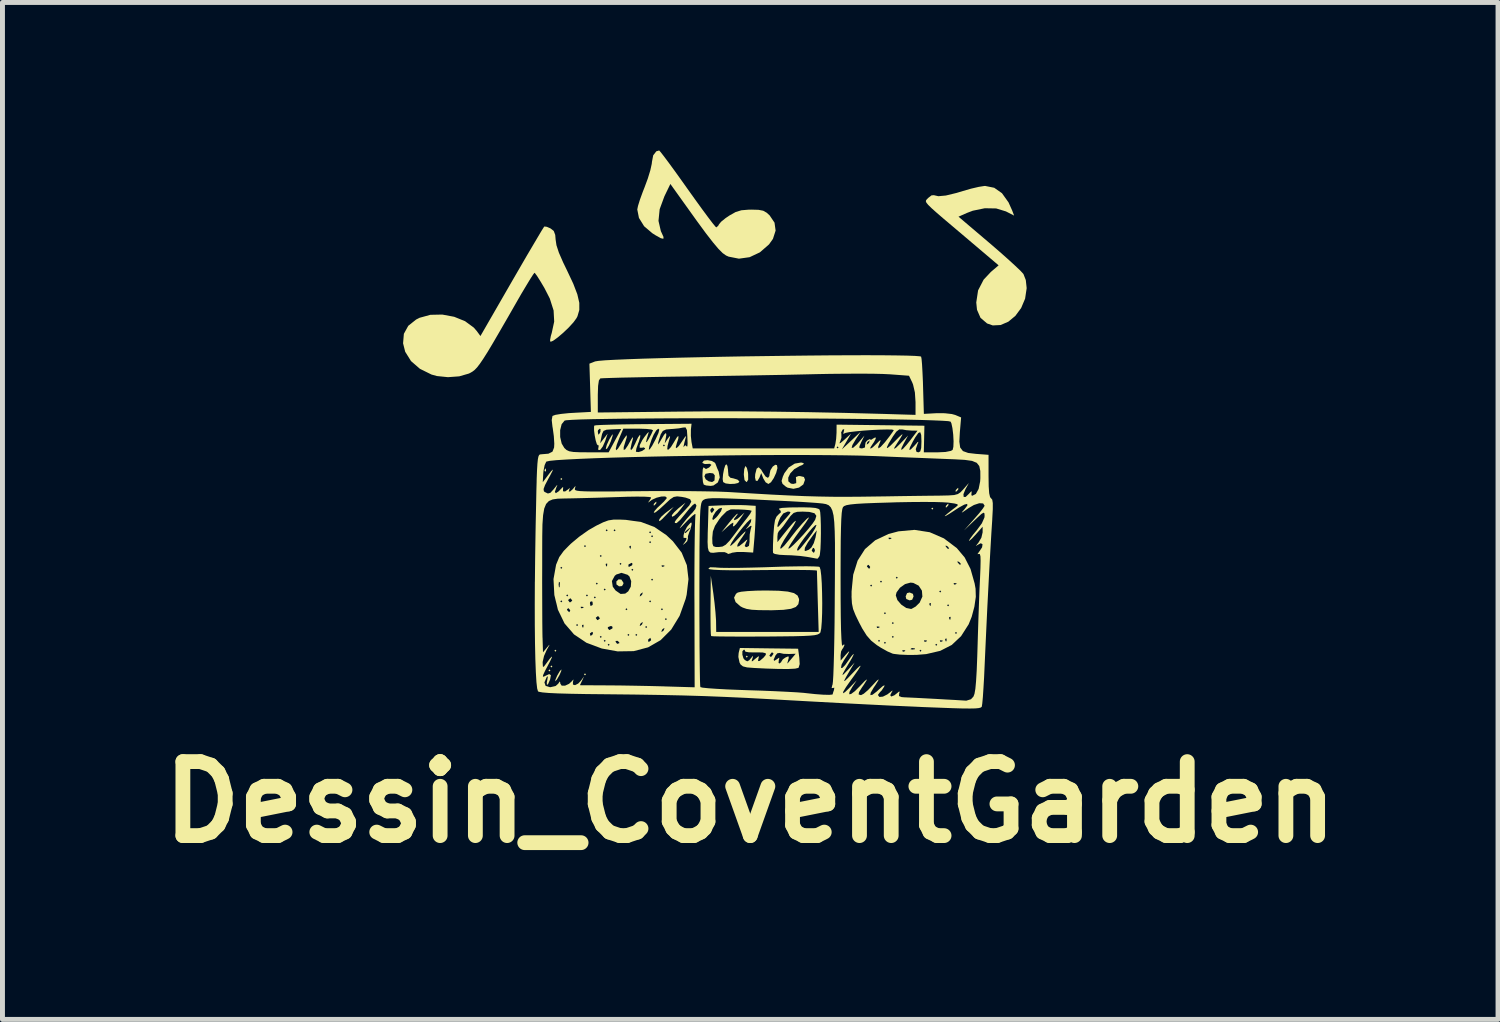
<source format=kicad_pcb>
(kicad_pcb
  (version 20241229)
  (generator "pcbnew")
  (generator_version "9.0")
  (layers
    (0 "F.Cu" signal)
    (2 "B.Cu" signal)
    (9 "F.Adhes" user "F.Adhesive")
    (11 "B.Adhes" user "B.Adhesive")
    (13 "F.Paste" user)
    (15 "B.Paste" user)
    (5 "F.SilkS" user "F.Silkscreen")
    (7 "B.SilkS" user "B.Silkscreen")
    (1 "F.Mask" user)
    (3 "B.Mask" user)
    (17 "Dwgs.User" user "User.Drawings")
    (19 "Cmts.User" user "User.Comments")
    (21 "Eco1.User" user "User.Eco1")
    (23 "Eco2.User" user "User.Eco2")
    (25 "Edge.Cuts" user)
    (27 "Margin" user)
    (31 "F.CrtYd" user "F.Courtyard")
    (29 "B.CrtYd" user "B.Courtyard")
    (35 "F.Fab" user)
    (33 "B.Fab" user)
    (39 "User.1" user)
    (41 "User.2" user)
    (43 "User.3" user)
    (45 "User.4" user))
  (footprint "Dessin_CoventGarden"
    (layer "F.Cu")
    (at 11.907 5.959)
    (property "Reference" "Dessin_CoventGarden" (at 0.25 7.25 0) (layer "F.SilkS") (effects (font (size 1.5 1.5) (thickness 0.3))))
    (attr board_only exclude_from_pos_files exclude_from_bom)
    (fp_poly (pts (xy -3.8 4.58) (xy -3.82 4.6) (xy -3.84 4.58) (xy -3.82 4.56)) (stroke (width 0) (type solid)) (fill yes) (layer "F.SilkS"))
    (fp_poly (pts (xy -3.76 4.5) (xy -3.78 4.52) (xy -3.8 4.5) (xy -3.78 4.48)) (stroke (width 0) (type solid)) (fill yes) (layer "F.SilkS"))
    (fp_poly (pts (xy -3.68 4.18) (xy -3.7 4.2) (xy -3.72 4.18) (xy -3.7 4.16)) (stroke (width 0) (type solid)) (fill yes) (layer "F.SilkS"))
    (fp_poly (pts (xy -3.56 0.7) (xy -3.58 0.72) (xy -3.6 0.7) (xy -3.58 0.68)) (stroke (width 0) (type solid)) (fill yes) (layer "F.SilkS"))
    (fp_poly (pts (xy -3.08 4.66) (xy -3.1 4.68) (xy -3.12 4.66) (xy -3.1 4.64)) (stroke (width 0) (type solid)) (fill yes) (layer "F.SilkS"))
    (fp_poly (pts (xy 0.2 4.3) (xy 0.18 4.32) (xy 0.16 4.3) (xy 0.18 4.28)) (stroke (width 0) (type solid)) (fill yes) (layer "F.SilkS"))
    (fp_poly (pts (xy 3.96 1.3) (xy 3.94 1.32) (xy 3.92 1.3) (xy 3.94 1.28)) (stroke (width 0) (type solid)) (fill yes) (layer "F.SilkS"))
    (fp_poly (pts (xy -3.893 0.493) (xy -3.889 0.541) (xy -3.893 0.547) (xy -3.917 0.541) (xy -3.92 0.52) (xy -3.905 0.487)) (stroke (width 0) (type solid)) (fill yes) (layer "F.SilkS"))
    (fp_poly (pts (xy -2.363 2.738) (xy -2.323 2.798) (xy -2.32 2.822) (xy -2.349 2.87) (xy -2.409 2.876) (xy -2.462 2.837) (xy -2.464 2.777) (xy -2.419 2.734)) (stroke (width 0) (type solid)) (fill yes) (layer "F.SilkS"))
    (fp_poly (pts (xy -1.653 1.186) (xy -1.66 1.2) (xy -1.698 1.238) (xy -1.705 1.24) (xy -1.707 1.214) (xy -1.7 1.2) (xy -1.662 1.162) (xy -1.655 1.16)) (stroke (width 0) (type solid)) (fill yes) (layer "F.SilkS"))
    (fp_poly (pts (xy 3.547 3.028) (xy 3.56 3.08) (xy 3.532 3.147) (xy 3.48 3.16) (xy 3.413 3.132) (xy 3.4 3.08) (xy 3.428 3.013) (xy 3.48 3)) (stroke (width 0) (type solid)) (fill yes) (layer "F.SilkS"))
    (fp_poly (pts (xy 4.267 1.226) (xy 4.26 1.24) (xy 4.222 1.278) (xy 4.215 1.28) (xy 4.213 1.254) (xy 4.22 1.24) (xy 4.258 1.202) (xy 4.265 1.2)) (stroke (width 0) (type solid)) (fill yes) (layer "F.SilkS"))
    (fp_poly (pts (xy 4.467 0.906) (xy 4.46 0.92) (xy 4.422 0.958) (xy 4.415 0.96) (xy 4.413 0.934) (xy 4.42 0.92) (xy 4.458 0.882) (xy 4.465 0.88)) (stroke (width 0) (type solid)) (fill yes) (layer "F.SilkS"))
    (fp_poly (pts (xy -1.438 1.412) (xy -1.534 1.511) (xy -1.585 1.554) (xy -1.599 1.544) (xy -1.591 1.513) (xy -1.551 1.462) (xy -1.47 1.39) (xy -1.438 1.365) (xy -1.3 1.264)) (stroke (width 0) (type solid)) (fill yes) (layer "F.SilkS"))
    (fp_poly (pts (xy -1.158 1.308) (xy -1.227 1.39) (xy -1.291 1.446) (xy -1.334 1.466) (xy -1.34 1.44) (xy -1.335 1.428) (xy -1.292 1.374) (xy -1.212 1.299) (xy -1.189 1.28) (xy -1.063 1.18)) (stroke (width 0) (type solid)) (fill yes) (layer "F.SilkS"))
    (fp_poly (pts (xy -2.544 -0.16) (xy -2.576 -0.064) (xy -2.615 0.023) (xy -2.651 0.082) (xy -2.674 0.095) (xy -2.677 0.08) (xy -2.658 0.008) (xy -2.611 -0.094) (xy -2.597 -0.12) (xy -2.55 -0.196) (xy -2.535 -0.204)) (stroke (width 0) (type solid)) (fill yes) (layer "F.SilkS"))
    (fp_poly (pts (xy -3.581 4.591) (xy -3.613 4.666) (xy -3.62 4.68) (xy -3.667 4.761) (xy -3.7 4.799) (xy -3.702 4.8) (xy -3.699 4.769) (xy -3.667 4.694) (xy -3.66 4.68) (xy -3.613 4.599) (xy -3.58 4.561) (xy -3.578 4.56)) (stroke (width 0) (type solid)) (fill yes) (layer "F.SilkS"))
    (fp_poly (pts (xy 0.182 0.476) (xy 0.203 0.564) (xy 0.207 0.6) (xy 0.208 0.713) (xy 0.181 0.759) (xy 0.171 0.76) (xy 0.134 0.722) (xy 0.12 0.614) (xy 0.12 0.6) (xy 0.128 0.5) (xy 0.148 0.444) (xy 0.156 0.44)) (stroke (width 0) (type solid)) (fill yes) (layer "F.SilkS"))
    (fp_poly (pts (xy -0.212 0.435) (xy -0.2 0.521) (xy -0.2 0.537) (xy -0.191 0.632) (xy -0.152 0.675) (xy -0.093 0.687) (xy -0.008 0.713) (xy 0.03 0.75) (xy 0.007 0.78) (xy -0.066 0.797) (xy -0.161 0.801) (xy -0.248 0.79) (xy -0.298 0.763) (xy -0.299 0.762) (xy -0.309 0.701) (xy -0.301 0.604) (xy -0.282 0.502) (xy -0.257 0.424) (xy -0.235 0.4)) (stroke (width 0) (type solid)) (fill yes) (layer "F.SilkS"))
    (fp_poly (pts (xy 0.045 1.509) (xy -0.031 1.609) (xy -0.083 1.66) (xy -0.103 1.654) (xy -0.093 1.612) (xy -0.095 1.583) (xy -0.145 1.612) (xy -0.201 1.66) (xy -0.334 1.78) (xy -0.182 1.59) (xy -0.099 1.49) (xy -0.034 1.421) (xy -0.007 1.4) (xy -0.01 1.422) (xy -0.032 1.448) (xy -0.081 1.512) (xy -0.071 1.536) (xy -0.015 1.511) (xy 0.027 1.477) (xy 0.134 1.38)) (stroke (width 0) (type solid)) (fill yes) (layer "F.SilkS"))
    (fp_poly (pts (xy 0.792 0.42) (xy 0.801 0.48) (xy 0.775 0.577) (xy 0.727 0.681) (xy 0.671 0.765) (xy 0.619 0.8) (xy 0.617 0.8) (xy 0.562 0.767) (xy 0.515 0.69) (xy 0.472 0.58) (xy 0.436 0.673) (xy 0.396 0.739) (xy 0.362 0.735) (xy 0.347 0.67) (xy 0.351 0.601) (xy 0.379 0.492) (xy 0.42 0.462) (xy 0.472 0.511) (xy 0.499 0.559) (xy 0.56 0.649) (xy 0.609 0.677) (xy 0.637 0.64) (xy 0.64 0.608) (xy 0.659 0.522) (xy 0.705 0.449) (xy 0.758 0.411)) (stroke (width 0) (type solid)) (fill yes) (layer "F.SilkS"))
    (fp_poly (pts (xy 0.825 2.965) (xy 1.012 2.982) (xy 1.137 3.013) (xy 1.209 3.062) (xy 1.238 3.13) (xy 1.24 3.156) (xy 1.225 3.237) (xy 1.174 3.294) (xy 1.076 3.331) (xy 0.921 3.352) (xy 0.699 3.36) (xy 0.637 3.36) (xy 0.427 3.358) (xy 0.28 3.35) (xy 0.176 3.333) (xy 0.098 3.306) (xy 0.05 3.28) (xy -0.047 3.195) (xy -0.078 3.105) (xy -0.039 3.027) (xy -0.003 3.001) (xy 0.066 2.985) (xy 0.196 2.972) (xy 0.369 2.963) (xy 0.566 2.96) (xy 0.568 2.96)) (stroke (width 0) (type solid)) (fill yes) (layer "F.SilkS"))
    (fp_poly (pts (xy 1.307 0.371) (xy 1.341 0.389) (xy 1.308 0.414) (xy 1.253 0.437) (xy 1.141 0.501) (xy 1.062 0.585) (xy 1.02 0.672) (xy 1.022 0.747) (xy 1.074 0.793) (xy 1.121 0.8) (xy 1.182 0.784) (xy 1.181 0.724) (xy 1.18 0.72) (xy 1.175 0.661) (xy 1.226 0.641) (xy 1.257 0.64) (xy 1.338 0.659) (xy 1.36 0.715) (xy 1.326 0.81) (xy 1.239 0.874) (xy 1.125 0.899) (xy 1.008 0.876) (xy 0.97 0.854) (xy 0.904 0.798) (xy 0.885 0.74) (xy 0.91 0.653) (xy 0.943 0.58) (xy 1.03 0.465) (xy 1.152 0.388) (xy 1.279 0.366)) (stroke (width 0) (type solid)) (fill yes) (layer "F.SilkS"))
    (fp_poly (pts (xy -0.939 1.623) (xy -0.963 1.723) (xy -0.987 1.78) (xy -1.014 1.862) (xy -1.013 1.904) (xy -1.028 1.96) (xy -1.069 2.002) (xy -1.116 2.036) (xy -1.106 2.019) (xy -1.09 2) (xy -1.05 1.939) (xy -1.042 1.895) (xy -1.07 1.894) (xy -1.071 1.895) (xy -1.102 1.891) (xy -1.102 1.839) (xy -1.086 1.785) (xy -1.08 1.785) (xy -1.061 1.797) (xy -1.007 1.745) (xy -0.995 1.73) (xy -0.96 1.683) (xy -0.981 1.693) (xy -1.01 1.715) (xy -1.065 1.764) (xy -1.08 1.785) (xy -1.086 1.785) (xy -1.078 1.76) (xy -1.035 1.676) (xy -1.018 1.653) (xy -0.961 1.588) (xy -0.939 1.585)) (stroke (width 0) (type solid)) (fill yes) (layer "F.SilkS"))
    (fp_poly (pts (xy -0.53 0.334) (xy -0.467 0.37) (xy -0.455 0.39) (xy -0.42 0.483) (xy -0.39 0.55) (xy -0.368 0.668) (xy -0.407 0.77) (xy -0.495 0.831) (xy -0.552 0.84) (xy -0.644 0.831) (xy -0.693 0.813) (xy -0.709 0.76) (xy -0.718 0.658) (xy -0.719 0.645) (xy -0.68 0.645) (xy -0.653 0.706) (xy -0.591 0.748) (xy -0.523 0.761) (xy -0.478 0.734) (xy -0.474 0.72) (xy -0.469 0.626) (xy -0.502 0.586) (xy -0.57 0.578) (xy -0.656 0.594) (xy -0.68 0.645) (xy -0.719 0.645) (xy -0.719 0.603) (xy -0.713 0.503) (xy -0.698 0.463) (xy -0.687 0.47) (xy -0.648 0.498) (xy -0.585 0.467) (xy -0.578 0.461) (xy -0.537 0.414) (xy -0.57 0.392) (xy -0.67 0.397) (xy -0.716 0.377) (xy -0.72 0.362) (xy -0.688 0.326) (xy -0.615 0.318)) (stroke (width 0) (type solid)) (fill yes) (layer "F.SilkS"))
    (fp_poly (pts (xy 5.195 -5.203) (xy 5.352 -5.093) (xy 5.485 -4.907) (xy 5.56 -4.74) (xy 5.598 -4.639) (xy 5.432 -4.724) (xy 5.235 -4.784) (xy 5.004 -4.788) (xy 4.761 -4.738) (xy 4.645 -4.694) (xy 4.471 -4.617) (xy 5.096 -4.086) (xy 5.29 -3.919) (xy 5.466 -3.763) (xy 5.614 -3.628) (xy 5.724 -3.524) (xy 5.784 -3.459) (xy 5.788 -3.453) (xy 5.835 -3.333) (xy 5.852 -3.176) (xy 5.852 -3.163) (xy 5.821 -2.955) (xy 5.741 -2.766) (xy 5.624 -2.607) (xy 5.482 -2.489) (xy 5.325 -2.421) (xy 5.165 -2.413) (xy 5.05 -2.453) (xy 4.917 -2.567) (xy 4.846 -2.73) (xy 4.831 -2.878) (xy 4.868 -3.123) (xy 4.98 -3.34) (xy 5.127 -3.497) (xy 5.284 -3.631) (xy 4.612 -4.201) (xy 4.364 -4.411) (xy 4.17 -4.575) (xy 4.025 -4.7) (xy 3.922 -4.792) (xy 3.856 -4.857) (xy 3.82 -4.901) (xy 3.809 -4.931) (xy 3.816 -4.954) (xy 3.835 -4.975) (xy 3.858 -4.998) (xy 3.924 -5.049) (xy 3.971 -5.053) (xy 4.063 -5.032) (xy 4.215 -5.046) (xy 4.43 -5.098) (xy 4.559 -5.137) (xy 4.726 -5.185) (xy 4.88 -5.221) (xy 4.993 -5.239) (xy 5.012 -5.24)) (stroke (width 0) (type solid)) (fill yes) (layer "F.SilkS"))
    (fp_poly (pts (xy -1.568 -5.928) (xy -1.5 -5.841) (xy -1.399 -5.706) (xy -1.272 -5.532) (xy -1.126 -5.328) (xy -1.021 -5.18) (xy -0.865 -4.962) (xy -0.724 -4.767) (xy -0.604 -4.605) (xy -0.512 -4.484) (xy -0.454 -4.414) (xy -0.438 -4.4) (xy -0.4 -4.432) (xy -0.385 -4.46) (xy -0.341 -4.514) (xy -0.25 -4.588) (xy -0.173 -4.64) (xy -0.047 -4.711) (xy 0.07 -4.747) (xy 0.215 -4.759) (xy 0.271 -4.76) (xy 0.417 -4.756) (xy 0.512 -4.738) (xy 0.584 -4.697) (xy 0.643 -4.643) (xy 0.742 -4.496) (xy 0.764 -4.335) (xy 0.71 -4.167) (xy 0.63 -4.055) (xy 0.445 -3.894) (xy 0.237 -3.796) (xy 0.021 -3.766) (xy -0.188 -3.807) (xy -0.24 -3.83) (xy -0.308 -3.878) (xy -0.395 -3.965) (xy -0.508 -4.099) (xy -0.653 -4.286) (xy -0.834 -4.533) (xy -0.875 -4.59) (xy -1.369 -5.28) (xy -1.49 -5.03) (xy -1.586 -4.769) (xy -1.61 -4.532) (xy -1.562 -4.324) (xy -1.546 -4.29) (xy -1.508 -4.205) (xy -1.511 -4.169) (xy -1.564 -4.181) (xy -1.671 -4.241) (xy -1.734 -4.281) (xy -1.901 -4.423) (xy -2.006 -4.592) (xy -2.04 -4.763) (xy -2.025 -4.836) (xy -1.986 -4.962) (xy -1.929 -5.119) (xy -1.892 -5.213) (xy -1.827 -5.389) (xy -1.776 -5.555) (xy -1.747 -5.686) (xy -1.742 -5.73) (xy -1.717 -5.861) (xy -1.654 -5.942) (xy -1.596 -5.959)) (stroke (width 0) (type solid)) (fill yes) (layer "F.SilkS"))
    (fp_poly (pts (xy 1.543 2.472) (xy 1.635 2.477) (xy 1.656 2.483) (xy 1.674 2.539) (xy 1.689 2.657) (xy 1.7 2.821) (xy 1.706 3.014) (xy 1.709 3.218) (xy 1.707 3.417) (xy 1.7 3.592) (xy 1.689 3.728) (xy 1.673 3.807) (xy 1.669 3.815) (xy 1.647 3.836) (xy 1.611 3.853) (xy 1.552 3.866) (xy 1.46 3.875) (xy 1.325 3.882) (xy 1.14 3.887) (xy 0.893 3.89) (xy 0.577 3.893) (xy 0.545 3.893) (xy 0.261 3.894) (xy 0.003 3.894) (xy -0.216 3.893) (xy -0.388 3.891) (xy -0.5 3.888) (xy -0.543 3.883) (xy -0.543 3.883) (xy -0.549 3.84) (xy -0.553 3.73) (xy -0.555 3.569) (xy -0.556 3.371) (xy -0.555 3.263) (xy -0.55 2.66) (xy -0.498 3.02) (xy -0.474 3.212) (xy -0.455 3.403) (xy -0.444 3.558) (xy -0.443 3.59) (xy -0.44 3.8) (xy 0.598 3.8) (xy 1.637 3.8) (xy 1.619 3.19) (xy 1.613 2.977) (xy 1.608 2.793) (xy 1.604 2.653) (xy 1.602 2.571) (xy 1.601 2.556) (xy 1.563 2.551) (xy 1.454 2.546) (xy 1.286 2.544) (xy 1.069 2.543) (xy 0.813 2.543) (xy 0.528 2.546) (xy 0.5 2.546) (xy 0.143 2.549) (xy -0.138 2.55) (xy -0.348 2.546) (xy -0.492 2.539) (xy -0.575 2.529) (xy -0.6 2.515) (xy -0.563 2.489) (xy -0.454 2.492) (xy -0.43 2.495) (xy -0.342 2.5) (xy -0.187 2.502) (xy 0.02 2.501) (xy 0.265 2.496) (xy 0.534 2.489) (xy 0.68 2.484) (xy 0.947 2.475) (xy 1.188 2.471) (xy 1.39 2.469)) (stroke (width 0) (type solid)) (fill yes) (layer "F.SilkS"))
    (fp_poly (pts (xy -3.874 -4.412) (xy -3.8 -4.38) (xy -3.733 -4.328) (xy -3.703 -4.248) (xy -3.695 -4.153) (xy -3.678 -4.038) (xy -3.629 -3.888) (xy -3.543 -3.691) (xy -3.463 -3.526) (xy -3.337 -3.258) (xy -3.255 -3.044) (xy -3.215 -2.871) (xy -3.215 -2.726) (xy -3.252 -2.599) (xy -3.272 -2.56) (xy -3.333 -2.476) (xy -3.429 -2.371) (xy -3.542 -2.263) (xy -3.654 -2.168) (xy -3.747 -2.101) (xy -3.799 -2.08) (xy -3.808 -2.114) (xy -3.792 -2.199) (xy -3.773 -2.263) (xy -3.724 -2.49) (xy -3.736 -2.716) (xy -3.813 -2.958) (xy -3.923 -3.173) (xy -4.004 -3.309) (xy -4.071 -3.415) (xy -4.114 -3.473) (xy -4.123 -3.48) (xy -4.149 -3.447) (xy -4.208 -3.356) (xy -4.291 -3.219) (xy -4.393 -3.048) (xy -4.461 -2.93) (xy -4.662 -2.579) (xy -4.828 -2.292) (xy -4.963 -2.06) (xy -5.072 -1.878) (xy -5.16 -1.739) (xy -5.23 -1.636) (xy -5.287 -1.562) (xy -5.336 -1.511) (xy -5.382 -1.476) (xy -5.427 -1.45) (xy -5.454 -1.437) (xy -5.648 -1.381) (xy -5.877 -1.364) (xy -6.102 -1.387) (xy -6.21 -1.417) (xy -6.445 -1.533) (xy -6.626 -1.69) (xy -6.744 -1.879) (xy -6.787 -2.05) (xy -6.771 -2.243) (xy -6.682 -2.405) (xy -6.523 -2.532) (xy -6.452 -2.568) (xy -6.233 -2.628) (xy -5.992 -2.633) (xy -5.751 -2.588) (xy -5.531 -2.499) (xy -5.354 -2.369) (xy -5.293 -2.299) (xy -5.219 -2.198) (xy -4.584 -3.3) (xy -4.428 -3.569) (xy -4.285 -3.816) (xy -4.158 -4.031) (xy -4.054 -4.207) (xy -3.978 -4.335) (xy -3.933 -4.406) (xy -3.924 -4.418)) (stroke (width 0) (type solid)) (fill yes) (layer "F.SilkS"))
    (fp_poly (pts (xy 0.63 4.133) (xy 1.22 4.14) (xy 1.244 4.32) (xy 1.252 4.452) (xy 1.23 4.524) (xy 1.224 4.529) (xy 1.159 4.544) (xy 1.023 4.551) (xy 0.824 4.55) (xy 0.572 4.542) (xy 0.328 4.53) (xy 0.186 4.519) (xy 0.102 4.498) (xy 0.055 4.461) (xy 0.033 4.421) (xy 0.009 4.307) (xy 0.012 4.261) (xy 0.09 4.261) (xy 0.112 4.335) (xy 0.14 4.369) (xy 0.189 4.396) (xy 0.229 4.374) (xy 0.266 4.33) (xy 0.305 4.284) (xy 0.305 4.305) (xy 0.293 4.34) (xy 0.278 4.393) (xy 0.295 4.393) (xy 0.355 4.342) (xy 0.414 4.295) (xy 0.427 4.301) (xy 0.417 4.332) (xy 0.407 4.391) (xy 0.442 4.387) (xy 0.47 4.363) (xy 0.724 4.363) (xy 0.735 4.387) (xy 0.787 4.355) (xy 0.836 4.321) (xy 0.837 4.347) (xy 0.829 4.37) (xy 0.824 4.427) (xy 0.841 4.44) (xy 0.879 4.41) (xy 0.88 4.401) (xy 0.911 4.355) (xy 0.964 4.318) (xy 1.023 4.293) (xy 1.031 4.323) (xy 1.019 4.367) (xy 1.003 4.429) (xy 1.005 4.44) (xy 1.04 4.398) (xy 1.096 4.331) (xy 1.171 4.242) (xy 1.032 4.247) (xy 0.925 4.243) (xy 0.852 4.227) (xy 0.848 4.225) (xy 0.798 4.233) (xy 0.762 4.276) (xy 0.724 4.363) (xy 0.47 4.363) (xy 0.519 4.321) (xy 0.549 4.285) (xy 0.64 4.285) (xy 0.665 4.306) (xy 0.68 4.3) (xy 0.719 4.247) (xy 0.72 4.235) (xy 0.695 4.214) (xy 0.68 4.22) (xy 0.641 4.273) (xy 0.64 4.285) (xy 0.549 4.285) (xy 0.566 4.264) (xy 0.563 4.231) (xy 0.499 4.216) (xy 0.366 4.214) (xy 0.334 4.215) (xy 0.222 4.213) (xy 0.155 4.201) (xy 0.146 4.19) (xy 0.135 4.162) (xy 0.12 4.16) (xy 0.091 4.191) (xy 0.09 4.261) (xy 0.012 4.261) (xy 0.015 4.226) (xy 0.04 4.125)) (stroke (width 0) (type solid)) (fill yes) (layer "F.SilkS"))
    (fp_poly (pts (xy 0.17 1.232) (xy 0.36 1.244) (xy 0.36 1.416) (xy 0.356 1.545) (xy 0.347 1.715) (xy 0.335 1.889) (xy 0.309 2.191) (xy 0.105 2.179) (xy -0.022 2.18) (xy -0.118 2.194) (xy -0.146 2.206) (xy -0.201 2.22) (xy -0.218 2.203) (xy -0.272 2.182) (xy -0.38 2.182) (xy -0.418 2.186) (xy -0.5 2.196) (xy -0.556 2.192) (xy -0.591 2.161) (xy -0.609 2.093) (xy -0.615 1.975) (xy -0.613 1.895) (xy -0.52 1.895) (xy -0.517 2.008) (xy -0.498 2.062) (xy -0.448 2.078) (xy -0.39 2.079) (xy -0.313 2.069) (xy -0.288 2.055) (xy -0.159 2.055) (xy -0.136 2.047) (xy -0.074 1.992) (xy -0.002 1.915) (xy 0.082 1.826) (xy 0.14 1.771) (xy 0.158 1.762) (xy 0.138 1.805) (xy 0.084 1.886) (xy 0.06 1.919) (xy -0.004 2.02) (xy -0.016 2.07) (xy 0.023 2.062) (xy 0.106 1.997) (xy 0.174 1.936) (xy 0.193 1.928) (xy 0.173 1.972) (xy 0.164 1.99) (xy 0.137 2.057) (xy 0.16 2.079) (xy 0.18 2.08) (xy 0.224 2.055) (xy 0.236 1.971) (xy 0.235 1.95) (xy 0.239 1.824) (xy 0.259 1.72) (xy 0.277 1.652) (xy 0.258 1.649) (xy 0.216 1.68) (xy 0.165 1.717) (xy 0.168 1.707) (xy 0.214 1.652) (xy 0.263 1.572) (xy 0.271 1.514) (xy 0.244 1.523) (xy 0.183 1.582) (xy 0.103 1.675) (xy 0.016 1.784) (xy -0.065 1.893) (xy -0.127 1.987) (xy -0.158 2.048) (xy -0.159 2.055) (xy -0.288 2.055) (xy -0.246 2.031) (xy -0.169 1.951) (xy -0.09 1.849) (xy 0.014 1.711) (xy 0.116 1.578) (xy 0.186 1.489) (xy 0.248 1.405) (xy 0.276 1.351) (xy 0.276 1.343) (xy 0.229 1.331) (xy 0.129 1.322) (xy 0.005 1.316) (xy -0.116 1.315) (xy -0.147 1.316) (xy -0.229 1.355) (xy -0.332 1.458) (xy -0.377 1.515) (xy -0.465 1.65) (xy -0.508 1.764) (xy -0.52 1.893) (xy -0.52 1.895) (xy -0.613 1.895) (xy -0.612 1.796) (xy -0.607 1.658) (xy -0.603 1.513) (xy -0.52 1.513) (xy -0.5 1.53) (xy -0.441 1.48) (xy -0.404 1.438) (xy -0.343 1.353) (xy -0.323 1.296) (xy -0.331 1.284) (xy -0.385 1.301) (xy -0.45 1.364) (xy -0.502 1.447) (xy -0.52 1.513) (xy -0.603 1.513) (xy -0.598 1.342) (xy -0.56 1.342) (xy -0.541 1.384) (xy -0.52 1.38) (xy -0.482 1.329) (xy -0.48 1.318) (xy -0.511 1.281) (xy -0.52 1.28) (xy -0.555 1.313) (xy -0.56 1.342) (xy -0.598 1.342) (xy -0.595 1.246) (xy -0.307 1.233) (xy -0.129 1.228) (xy 0.048 1.228)) (stroke (width 0) (type solid)) (fill yes) (layer "F.SilkS"))
    (fp_poly (pts (xy 1.472 1.278) (xy 1.571 1.287) (xy 1.63 1.304) (xy 1.655 1.32) (xy 1.668 1.371) (xy 1.676 1.481) (xy 1.681 1.631) (xy 1.682 1.801) (xy 1.679 1.97) (xy 1.673 2.118) (xy 1.662 2.225) (xy 1.654 2.262) (xy 1.62 2.311) (xy 1.606 2.315) (xy 1.554 2.306) (xy 1.453 2.287) (xy 1.4 2.278) (xy 1.256 2.259) (xy 1.08 2.246) (xy 0.973 2.243) (xy 0.842 2.236) (xy 0.748 2.219) (xy 0.713 2.2) (xy 0.709 2.145) (xy 0.71 2.128) (xy 1.2 2.128) (xy 1.206 2.153) (xy 1.212 2.151) (xy 1.351 2.151) (xy 1.372 2.16) (xy 1.4 2.148) (xy 1.496 2.148) (xy 1.502 2.163) (xy 1.54 2.198) (xy 1.559 2.158) (xy 1.56 2.138) (xy 1.54 2.096) (xy 1.519 2.1) (xy 1.496 2.148) (xy 1.4 2.148) (xy 1.44 2.132) (xy 1.488 2.09) (xy 1.537 2.002) (xy 1.573 1.886) (xy 1.574 1.88) (xy 1.599 1.74) (xy 1.524 1.837) (xy 1.417 1.987) (xy 1.358 2.093) (xy 1.351 2.151) (xy 1.212 2.151) (xy 1.228 2.145) (xy 1.277 2.094) (xy 1.36 1.991) (xy 1.417 1.919) (xy 1.506 1.798) (xy 1.567 1.698) (xy 1.591 1.636) (xy 1.59 1.63) (xy 1.563 1.64) (xy 1.504 1.699) (xy 1.427 1.79) (xy 1.344 1.896) (xy 1.27 1.999) (xy 1.218 2.083) (xy 1.2 2.128) (xy 0.71 2.128) (xy 0.711 2.03) (xy 0.717 1.879) (xy 0.717 1.873) (xy 0.8 1.873) (xy 0.801 1.98) (xy 0.91 1.84) (xy 1.033 1.688) (xy 1.119 1.589) (xy 1.167 1.546) (xy 1.172 1.56) (xy 1.133 1.633) (xy 1.046 1.765) (xy 1.043 1.77) (xy 0.936 1.934) (xy 0.874 2.047) (xy 0.855 2.107) (xy 0.878 2.108) (xy 0.942 2.048) (xy 1.045 1.922) (xy 1.077 1.879) (xy 1.188 1.738) (xy 1.304 1.604) (xy 1.392 1.511) (xy 1.437 1.475) (xy 1.431 1.5) (xy 1.375 1.585) (xy 1.268 1.731) (xy 1.264 1.736) (xy 1.16 1.88) (xy 1.079 2.001) (xy 1.03 2.084) (xy 1.022 2.115) (xy 1.056 2.098) (xy 1.128 2.034) (xy 1.223 1.938) (xy 1.329 1.825) (xy 1.43 1.708) (xy 1.513 1.604) (xy 1.565 1.527) (xy 1.59 1.447) (xy 1.552 1.394) (xy 1.447 1.367) (xy 1.312 1.361) (xy 1.202 1.365) (xy 1.13 1.388) (xy 1.067 1.449) (xy 0.994 1.55) (xy 0.919 1.656) (xy 0.858 1.73) (xy 0.832 1.753) (xy 0.808 1.799) (xy 0.8 1.873) (xy 0.717 1.873) (xy 0.72 1.822) (xy 0.734 1.647) (xy 0.735 1.641) (xy 0.801 1.641) (xy 0.804 1.676) (xy 0.83 1.658) (xy 0.874 1.606) (xy 0.949 1.522) (xy 0.978 1.49) (xy 1.047 1.41) (xy 1.066 1.372) (xy 1.038 1.361) (xy 1.009 1.36) (xy 0.92 1.398) (xy 0.861 1.478) (xy 0.821 1.569) (xy 0.801 1.641) (xy 0.735 1.641) (xy 0.752 1.533) (xy 0.781 1.464) (xy 0.82 1.422) (xy 0.873 1.373) (xy 0.861 1.337) (xy 0.84 1.321) (xy 0.833 1.3) (xy 0.893 1.286) (xy 1.025 1.278) (xy 1.1 1.276) (xy 1.319 1.274)) (stroke (width 0) (type solid)) (fill yes) (layer "F.SilkS"))
    (fp_poly (pts (xy 3.888 1.779) (xy 4.176 1.904) (xy 4.437 2.101) (xy 4.596 2.29) (xy 4.715 2.524) (xy 4.798 2.817) (xy 4.817 2.924) (xy 4.822 3.088) (xy 4.793 3.288) (xy 4.739 3.491) (xy 4.677 3.645) (xy 4.523 3.886) (xy 4.334 4.064) (xy 4.101 4.183) (xy 3.817 4.249) (xy 3.62 4.265) (xy 3.442 4.266) (xy 3.28 4.259) (xy 3.161 4.245) (xy 3.134 4.239) (xy 3.03 4.194) (xy 2.993 4.173) (xy 3.333 4.173) (xy 3.339 4.197) (xy 3.36 4.2) (xy 3.393 4.185) (xy 3.39 4.18) (xy 3.68 4.18) (xy 3.7 4.2) (xy 3.72 4.18) (xy 3.7 4.16) (xy 3.68 4.18) (xy 3.39 4.18) (xy 3.387 4.173) (xy 3.339 4.169) (xy 3.333 4.173) (xy 2.993 4.173) (xy 2.952 4.15) (xy 3.497 4.15) (xy 3.537 4.157) (xy 3.589 4.149) (xy 3.589 4.136) (xy 3.536 4.126) (xy 3.513 4.133) (xy 3.497 4.15) (xy 2.952 4.15) (xy 2.898 4.12) (xy 2.814 4.066) (xy 2.807 4.06) (xy 4 4.06) (xy 4.02 4.08) (xy 4.04 4.06) (xy 4.02 4.04) (xy 4 4.06) (xy 2.807 4.06) (xy 2.756 4.02) (xy 2.96 4.02) (xy 2.98 4.04) (xy 3 4.02) (xy 2.98 4) (xy 2.96 4.02) (xy 2.756 4.02) (xy 2.706 3.98) (xy 2.84 3.98) (xy 2.86 4) (xy 2.88 3.98) (xy 2.873 3.973) (xy 3.773 3.973) (xy 3.779 3.997) (xy 3.8 4) (xy 3.833 3.985) (xy 3.827 3.973) (xy 4.093 3.973) (xy 4.099 3.997) (xy 4.12 4) (xy 4.153 3.985) (xy 4.147 3.973) (xy 4.099 3.969) (xy 4.093 3.973) (xy 3.827 3.973) (xy 3.779 3.969) (xy 3.773 3.973) (xy 2.873 3.973) (xy 2.86 3.96) (xy 4.2 3.96) (xy 4.215 3.993) (xy 4.227 3.987) (xy 4.231 3.939) (xy 4.227 3.933) (xy 4.203 3.939) (xy 4.2 3.96) (xy 2.86 3.96) (xy 2.84 3.98) (xy 2.706 3.98) (xy 2.701 3.976) (xy 2.634 3.9) (xy 3.12 3.9) (xy 3.14 3.92) (xy 3.16 3.9) (xy 3.14 3.88) (xy 3.12 3.9) (xy 2.634 3.9) (xy 2.608 3.87) (xy 2.577 3.82) (xy 4.4 3.82) (xy 4.42 3.84) (xy 4.44 3.82) (xy 4.42 3.8) (xy 4.4 3.82) (xy 2.577 3.82) (xy 2.517 3.725) (xy 2.501 3.693) (xy 2.813 3.693) (xy 2.819 3.717) (xy 2.84 3.72) (xy 2.873 3.705) (xy 2.867 3.693) (xy 2.819 3.689) (xy 2.813 3.693) (xy 2.501 3.693) (xy 2.462 3.62) (xy 3.12 3.62) (xy 3.14 3.64) (xy 3.16 3.62) (xy 3.14 3.6) (xy 3.12 3.62) (xy 2.462 3.62) (xy 2.46 3.616) (xy 2.413 3.52) (xy 4.28 3.52) (xy 4.295 3.553) (xy 4.307 3.547) (xy 4.311 3.499) (xy 4.307 3.493) (xy 4.283 3.499) (xy 4.28 3.52) (xy 2.413 3.52) (xy 2.382 3.455) (xy 2.368 3.42) (xy 2.96 3.42) (xy 2.98 3.44) (xy 3 3.42) (xy 2.98 3.4) (xy 2.96 3.42) (xy 2.368 3.42) (xy 2.334 3.334) (xy 2.311 3.222) (xy 2.303 3.088) (xy 2.304 3.059) (xy 3.2 3.059) (xy 3.232 3.154) (xy 3.311 3.246) (xy 3.412 3.314) (xy 3.508 3.334) (xy 3.52 3.332) (xy 3.602 3.286) (xy 3.649 3.24) (xy 3.88 3.24) (xy 3.895 3.273) (xy 3.907 3.267) (xy 3.907 3.26) (xy 4.24 3.26) (xy 4.26 3.28) (xy 4.28 3.26) (xy 4.26 3.24) (xy 4.24 3.26) (xy 3.907 3.26) (xy 3.911 3.219) (xy 3.907 3.213) (xy 3.883 3.219) (xy 3.88 3.24) (xy 3.649 3.24) (xy 3.683 3.207) (xy 3.739 3.084) (xy 3.731 2.98) (xy 4.08 2.98) (xy 4.1 3) (xy 4.12 2.98) (xy 4.1 2.96) (xy 4.08 2.98) (xy 3.731 2.98) (xy 3.729 2.962) (xy 3.664 2.862) (xy 3.568 2.813) (xy 4.373 2.813) (xy 4.379 2.837) (xy 4.4 2.84) (xy 4.433 2.825) (xy 4.427 2.813) (xy 4.379 2.809) (xy 4.373 2.813) (xy 3.568 2.813) (xy 3.553 2.806) (xy 3.498 2.8) (xy 3.388 2.83) (xy 3.284 2.904) (xy 3.215 2.999) (xy 3.2 3.059) (xy 2.304 3.059) (xy 2.304 2.98) (xy 2.315 2.86) (xy 2.68 2.86) (xy 2.7 2.88) (xy 2.72 2.86) (xy 2.7 2.84) (xy 2.68 2.86) (xy 2.315 2.86) (xy 2.323 2.78) (xy 2.88 2.78) (xy 2.9 2.8) (xy 2.92 2.78) (xy 2.9 2.76) (xy 2.88 2.78) (xy 2.323 2.78) (xy 2.331 2.7) (xy 3.2 2.7) (xy 3.22 2.72) (xy 3.24 2.7) (xy 3.22 2.68) (xy 3.2 2.7) (xy 2.331 2.7) (xy 2.337 2.639) (xy 2.392 2.465) (xy 2.614 2.465) (xy 2.62 2.48) (xy 2.656 2.518) (xy 2.662 2.52) (xy 2.68 2.489) (xy 2.68 2.48) (xy 2.649 2.442) (xy 2.638 2.44) (xy 2.614 2.465) (xy 2.392 2.465) (xy 2.421 2.371) (xy 4.446 2.371) (xy 4.456 2.394) (xy 4.496 2.437) (xy 4.52 2.428) (xy 4.52 2.422) (xy 4.492 2.389) (xy 4.474 2.376) (xy 4.446 2.371) (xy 2.421 2.371) (xy 2.427 2.353) (xy 2.575 2.121) (xy 2.656 2.051) (xy 4.206 2.051) (xy 4.216 2.074) (xy 4.256 2.117) (xy 4.28 2.108) (xy 4.28 2.102) (xy 4.252 2.069) (xy 4.234 2.056) (xy 4.206 2.051) (xy 2.656 2.051) (xy 2.783 1.942) (xy 2.887 1.893) (xy 3.053 1.893) (xy 3.059 1.917) (xy 3.08 1.92) (xy 3.113 1.905) (xy 3.107 1.893) (xy 3.059 1.889) (xy 3.053 1.893) (xy 2.887 1.893) (xy 3.051 1.815) (xy 3.253 1.761) (xy 3.579 1.731)) (stroke (width 0) (type solid)) (fill yes) (layer "F.SilkS"))
    (fp_poly (pts (xy -2.272 1.528) (xy -1.961 1.572) (xy -1.694 1.672) (xy -1.451 1.837) (xy -1.318 1.962) (xy -1.14 2.193) (xy -1.035 2.447) (xy -1.002 2.73) (xy -1.039 3.046) (xy -1.06 3.132) (xy -1.182 3.474) (xy -1.352 3.752) (xy -1.566 3.966) (xy -1.82 4.112) (xy -2.112 4.189) (xy -2.438 4.194) (xy -2.759 4.136) (xy -2.961 4.06) (xy -2.64 4.06) (xy -2.62 4.08) (xy -2.6 4.06) (xy -2.62 4.04) (xy -2.64 4.06) (xy -2.961 4.06) (xy -3.071 4.019) (xy -3.128 3.98) (xy -2.72 3.98) (xy -2.7 4) (xy -2.698 3.998) (xy -2.48 3.998) (xy -2.451 4.038) (xy -2.44 4.04) (xy -2.401 4.026) (xy -2.4 4.022) (xy -2.428 3.988) (xy -2.44 3.98) (xy -2.477 3.983) (xy -2.48 3.998) (xy -2.698 3.998) (xy -2.68 3.98) (xy -2.7 3.96) (xy -1.82 3.96) (xy -1.817 3.997) (xy -1.802 4) (xy -1.762 3.971) (xy -1.76 3.96) (xy -1.774 3.921) (xy -1.778 3.92) (xy -1.812 3.948) (xy -1.82 3.96) (xy -2.7 3.96) (xy -2.72 3.98) (xy -3.128 3.98) (xy -3.247 3.9) (xy -2.8 3.9) (xy -2.78 3.92) (xy -2.76 3.9) (xy -2.78 3.88) (xy -2.8 3.9) (xy -3.247 3.9) (xy -3.322 3.85) (xy -3.331 3.84) (xy -3 3.84) (xy -2.986 3.879) (xy -2.982 3.88) (xy -2.958 3.86) (xy -2.24 3.86) (xy -2.22 3.88) (xy -2.2 3.86) (xy -2.08 3.86) (xy -2.06 3.88) (xy -2.04 3.86) (xy -2.06 3.84) (xy -2.08 3.86) (xy -2.2 3.86) (xy -2.22 3.84) (xy -2.24 3.86) (xy -2.958 3.86) (xy -2.948 3.852) (xy -2.94 3.84) (xy -2.943 3.803) (xy -2.958 3.8) (xy -2.998 3.829) (xy -3 3.84) (xy -3.331 3.84) (xy -3.367 3.797) (xy -1.55 3.797) (xy -1.545 3.8) (xy -1.508 3.772) (xy -1.5 3.76) (xy -1.49 3.723) (xy -1.495 3.72) (xy -1.532 3.748) (xy -1.54 3.76) (xy -1.55 3.797) (xy -3.367 3.797) (xy -3.434 3.72) (xy -2.64 3.72) (xy -2.611 3.759) (xy -2.602 3.76) (xy -2.548 3.731) (xy -2.54 3.72) (xy -2.545 3.7) (xy -1.88 3.7) (xy -1.86 3.72) (xy -1.84 3.7) (xy -1.86 3.68) (xy -1.88 3.7) (xy -2.545 3.7) (xy -2.549 3.686) (xy -2.578 3.68) (xy -2.632 3.701) (xy -2.64 3.72) (xy -3.434 3.72) (xy -3.486 3.66) (xy -3.28 3.66) (xy -3.26 3.68) (xy -3.16 3.68) (xy -3.145 3.713) (xy -3.133 3.707) (xy -3.13 3.677) (xy -1.99 3.677) (xy -1.985 3.68) (xy -1.948 3.652) (xy -1.94 3.64) (xy -1.93 3.603) (xy -1.935 3.6) (xy -1.972 3.628) (xy -1.98 3.64) (xy -1.99 3.677) (xy -3.13 3.677) (xy -3.129 3.659) (xy -3.133 3.653) (xy -3.157 3.659) (xy -3.16 3.68) (xy -3.26 3.68) (xy -3.24 3.66) (xy -3.26 3.64) (xy -3.28 3.66) (xy -3.486 3.66) (xy -3.514 3.628) (xy -3.566 3.52) (xy -2.88 3.52) (xy -2.85 3.559) (xy -2.84 3.56) (xy -2.814 3.54) (xy -1.48 3.54) (xy -1.46 3.56) (xy -1.44 3.54) (xy -1.46 3.52) (xy -1.48 3.54) (xy -2.814 3.54) (xy -2.801 3.53) (xy -2.8 3.52) (xy -2.83 3.481) (xy -2.84 3.48) (xy -2.879 3.51) (xy -2.88 3.52) (xy -3.566 3.52) (xy -3.648 3.351) (xy -3.65 3.345) (xy -3.466 3.345) (xy -3.46 3.36) (xy -3.424 3.398) (xy -3.418 3.4) (xy -3.4 3.369) (xy -3.4 3.36) (xy -3.416 3.34) (xy -2.28 3.34) (xy -2.26 3.36) (xy -2.24 3.34) (xy -1.56 3.34) (xy -1.54 3.36) (xy -1.52 3.34) (xy -1.54 3.32) (xy -1.56 3.34) (xy -2.24 3.34) (xy -2.26 3.32) (xy -2.28 3.34) (xy -3.416 3.34) (xy -3.431 3.322) (xy -3.442 3.32) (xy -3.466 3.345) (xy -3.65 3.345) (xy -3.662 3.293) (xy -3.187 3.293) (xy -3.181 3.317) (xy -3.16 3.32) (xy -3.127 3.305) (xy -3.133 3.293) (xy -3.181 3.289) (xy -3.187 3.293) (xy -3.662 3.293) (xy -3.68 3.218) (xy -3 3.218) (xy -2.987 3.275) (xy -2.952 3.258) (xy -2.942 3.243) (xy -2.947 3.191) (xy -2.959 3.18) (xy -2.994 3.189) (xy -3 3.218) (xy -3.68 3.218) (xy -3.69 3.18) (xy -3.6 3.18) (xy -3.58 3.2) (xy -3.56 3.18) (xy -3.58 3.16) (xy -3.44 3.16) (xy -3.41 3.199) (xy -3.4 3.2) (xy -3.374 3.18) (xy -1.8 3.18) (xy -1.78 3.2) (xy -1.76 3.18) (xy -1.78 3.16) (xy -1.8 3.18) (xy -3.374 3.18) (xy -3.361 3.17) (xy -3.36 3.16) (xy -3.39 3.121) (xy -3.4 3.12) (xy -3.439 3.15) (xy -3.44 3.16) (xy -3.58 3.16) (xy -3.6 3.18) (xy -3.69 3.18) (xy -3.709 3.1) (xy -2.92 3.1) (xy -2.9 3.12) (xy -2.88 3.1) (xy -2.9 3.08) (xy -2.92 3.1) (xy -3.709 3.1) (xy -3.719 3.06) (xy -3.48 3.06) (xy -3.46 3.08) (xy -3.44 3.06) (xy -3.08 3.06) (xy -3.06 3.08) (xy -3.057 3.077) (xy -1.99 3.077) (xy -1.985 3.08) (xy -1.948 3.052) (xy -1.94 3.04) (xy -1.93 3.003) (xy -1.935 3) (xy -1.972 3.028) (xy -1.98 3.04) (xy -1.99 3.077) (xy -3.057 3.077) (xy -3.04 3.06) (xy -3.06 3.04) (xy -3.08 3.06) (xy -3.44 3.06) (xy -3.46 3.04) (xy -3.48 3.06) (xy -3.719 3.06) (xy -3.721 3.051) (xy -3.727 2.94) (xy -2.72 2.94) (xy -2.7 2.96) (xy -2.68 2.94) (xy -2.7 2.92) (xy -2.72 2.94) (xy -3.727 2.94) (xy -3.732 2.84) (xy -3.634 2.84) (xy -3.627 2.897) (xy -3.614 2.89) (xy -3.609 2.82) (xy -2.88 2.82) (xy -2.86 2.84) (xy -2.84 2.82) (xy -2.86 2.8) (xy -2.88 2.82) (xy -3.609 2.82) (xy -3.608 2.808) (xy -3.614 2.79) (xy -3.628 2.785) (xy -3.634 2.84) (xy -3.732 2.84) (xy -3.736 2.768) (xy -2.554 2.768) (xy -2.537 2.882) (xy -2.48 2.96) (xy -2.378 3.03) (xy -2.284 3.023) (xy -2.223 2.977) (xy -2.171 2.882) (xy -2.163 2.77) (xy -2.175 2.74) (xy -1.76 2.74) (xy -1.74 2.76) (xy -1.72 2.74) (xy -1.74 2.72) (xy -1.76 2.74) (xy -2.175 2.74) (xy -2.199 2.675) (xy -2.237 2.641) (xy -2.363 2.602) (xy -2.467 2.637) (xy -2.497 2.663) (xy -2.554 2.768) (xy -3.736 2.768) (xy -3.738 2.729) (xy -3.704 2.54) (xy -2.16 2.54) (xy -2.14 2.56) (xy -2.12 2.54) (xy -2.14 2.52) (xy -2.16 2.54) (xy -3.704 2.54) (xy -3.697 2.5) (xy -3.6 2.5) (xy -3.58 2.52) (xy -3.56 2.5) (xy -3.58 2.48) (xy -3.6 2.5) (xy -3.697 2.5) (xy -3.686 2.44) (xy -2.68 2.44) (xy -2.665 2.473) (xy -2.653 2.467) (xy -2.649 2.42) (xy -2.4 2.42) (xy -2.38 2.44) (xy -2.22 2.44) (xy -2.218 2.477) (xy -2.205 2.48) (xy -2.153 2.453) (xy -1.547 2.453) (xy -1.541 2.477) (xy -1.52 2.48) (xy -1.487 2.465) (xy -1.493 2.453) (xy -1.541 2.449) (xy -1.547 2.453) (xy -2.153 2.453) (xy -2.148 2.451) (xy -2.14 2.44) (xy -2.142 2.403) (xy -2.155 2.4) (xy -2.212 2.429) (xy -2.22 2.44) (xy -2.38 2.44) (xy -2.36 2.42) (xy -2.38 2.4) (xy -2.4 2.42) (xy -2.649 2.42) (xy -2.649 2.419) (xy -2.653 2.413) (xy -2.677 2.419) (xy -2.68 2.44) (xy -3.686 2.44) (xy -3.686 2.438) (xy -3.621 2.282) (xy -3.605 2.26) (xy -2.8 2.26) (xy -2.78 2.28) (xy -2.76 2.26) (xy -2.78 2.24) (xy -2.8 2.26) (xy -3.605 2.26) (xy -3.532 2.159) (xy -3.435 2.06) (xy -3.12 2.06) (xy -3.1 2.08) (xy -2.2 2.08) (xy -2.185 2.113) (xy -2.173 2.107) (xy -2.169 2.059) (xy -2.173 2.053) (xy -2.197 2.059) (xy -2.2 2.08) (xy -3.1 2.08) (xy -3.08 2.06) (xy -3.1 2.04) (xy -3.12 2.06) (xy -3.435 2.06) (xy -3.391 2.016) (xy -3.349 1.98) (xy -1.8 1.98) (xy -1.78 2) (xy -1.76 1.98) (xy -1.78 1.96) (xy -1.8 1.98) (xy -3.349 1.98) (xy -3.217 1.87) (xy -3.203 1.86) (xy -1.76 1.86) (xy -1.74 1.88) (xy -1.72 1.86) (xy -1.74 1.84) (xy -1.76 1.86) (xy -3.203 1.86) (xy -3.09 1.78) (xy -1.8 1.78) (xy -1.78 1.8) (xy -1.76 1.78) (xy -1.78 1.76) (xy -1.8 1.78) (xy -3.09 1.78) (xy -3.033 1.74) (xy -2.68 1.74) (xy -2.66 1.76) (xy -2.64 1.74) (xy -2.52 1.74) (xy -2.5 1.76) (xy -2.48 1.74) (xy -2.5 1.72) (xy -2.52 1.74) (xy -2.64 1.74) (xy -2.66 1.72) (xy -2.68 1.74) (xy -3.033 1.74) (xy -3.028 1.736) (xy -2.869 1.645) (xy -2.732 1.578) (xy -2.626 1.539) (xy -2.521 1.523) (xy -2.386 1.523)) (stroke (width 0) (type solid)) (fill yes) (layer "F.SilkS"))
    (fp_poly (pts (xy 2.919 -1.808) (xy 3.199 -1.805) (xy 3.425 -1.801) (xy 3.591 -1.795) (xy 3.689 -1.787) (xy 3.713 -1.781) (xy 3.722 -1.735) (xy 3.732 -1.624) (xy 3.741 -1.462) (xy 3.75 -1.266) (xy 3.752 -1.189) (xy 3.769 -0.62) (xy 4.028 -0.634) (xy 4.192 -0.633) (xy 4.335 -0.617) (xy 4.405 -0.598) (xy 4.524 -0.548) (xy 4.498 -0.243) (xy 4.488 -0.058) (xy 4.505 0.062) (xy 4.561 0.134) (xy 4.667 0.172) (xy 4.836 0.192) (xy 4.843 0.192) (xy 5.08 0.21) (xy 5.08 0.641) (xy 5.083 0.85) (xy 5.093 0.989) (xy 5.111 1.067) (xy 5.131 1.091) (xy 5.155 1.119) (xy 5.166 1.188) (xy 5.166 1.31) (xy 5.156 1.497) (xy 5.155 1.525) (xy 5.138 1.785) (xy 5.119 2.109) (xy 5.098 2.481) (xy 5.077 2.886) (xy 5.055 3.308) (xy 5.035 3.731) (xy 5.016 4.14) (xy 5.001 4.468) (xy 4.99 4.715) (xy 4.977 4.937) (xy 4.965 5.119) (xy 4.953 5.249) (xy 4.943 5.314) (xy 4.941 5.318) (xy 4.923 5.332) (xy 4.883 5.343) (xy 4.813 5.35) (xy 4.706 5.352) (xy 4.553 5.351) (xy 4.347 5.345) (xy 4.081 5.335) (xy 3.744 5.322) (xy 3.6 5.315) (xy 3.142 5.295) (xy 2.635 5.27) (xy 2.071 5.241) (xy 1.444 5.207) (xy 0.745 5.168) (xy 0.64 5.162) (xy 0.18 5.137) (xy -0.255 5.117) (xy -0.683 5.1) (xy -1.122 5.087) (xy -1.588 5.077) (xy -2.1 5.069) (xy -2.672 5.063) (xy -3.07 5.059) (xy -3.393 5.053) (xy -3.645 5.046) (xy -3.833 5.037) (xy -3.96 5.026) (xy -4.033 5.013) (xy -4.052 5.004) (xy -4.069 4.946) (xy -4.084 4.815) (xy -4.096 4.614) (xy -4.106 4.351) (xy -4.113 4.031) (xy -4.117 3.66) (xy -4.118 3.243) (xy -4.116 2.786) (xy -4.115 2.777) (xy -3.968 2.777) (xy -3.967 3.08) (xy -3.966 3.358) (xy -3.965 3.599) (xy -3.963 3.788) (xy -3.961 3.911) (xy -3.96 3.917) (xy -3.951 4.214) (xy -3.872 4.117) (xy -3.826 4.063) (xy -3.82 4.064) (xy -3.854 4.127) (xy -3.876 4.165) (xy -3.93 4.287) (xy -3.957 4.404) (xy -3.958 4.425) (xy -3.953 4.502) (xy -3.936 4.507) (xy -3.9 4.46) (xy -3.816 4.346) (xy -3.773 4.298) (xy -3.771 4.317) (xy -3.812 4.404) (xy -3.836 4.449) (xy -3.911 4.592) (xy -3.949 4.675) (xy -3.953 4.709) (xy -3.925 4.702) (xy -3.91 4.693) (xy -3.825 4.654) (xy -3.791 4.676) (xy -3.806 4.76) (xy -3.807 4.764) (xy -3.847 4.855) (xy -3.871 4.875) (xy -3.874 4.825) (xy -3.863 4.77) (xy -3.852 4.702) (xy -3.867 4.705) (xy -3.878 4.72) (xy -3.922 4.823) (xy -3.898 4.893) (xy -3.809 4.92) (xy -3.802 4.92) (xy -3.695 4.896) (xy -3.643 4.85) (xy -3.611 4.803) (xy -3.602 4.826) (xy -3.601 4.846) (xy -3.572 4.889) (xy -3.504 4.889) (xy -3.423 4.852) (xy -3.37 4.803) (xy -3.334 4.762) (xy -3.337 4.789) (xy -3.344 4.81) (xy -3.344 4.867) (xy -3.302 4.879) (xy -3.237 4.846) (xy -3.184 4.79) (xy -3.118 4.7) (xy -3.16 4.79) (xy -3.203 4.88) (xy -2.651 4.883) (xy -2.394 4.885) (xy -2.092 4.89) (xy -1.784 4.896) (xy -1.504 4.903) (xy -1.489 4.904) (xy -0.877 4.922) (xy -0.881 3.211) (xy -0.882 3.044) (xy -0.781 3.044) (xy -0.781 3.42) (xy -0.779 3.773) (xy -0.778 4.092) (xy -0.775 4.371) (xy -0.772 4.601) (xy -0.769 4.775) (xy -0.765 4.883) (xy -0.761 4.918) (xy -0.717 4.929) (xy -0.604 4.941) (xy -0.434 4.953) (xy -0.218 4.965) (xy 0.033 4.975) (xy 0.2 4.981) (xy 0.482 4.99) (xy 0.752 5.001) (xy 0.995 5.013) (xy 1.195 5.024) (xy 1.337 5.035) (xy 1.38 5.04) (xy 1.567 5.06) (xy 1.729 5.072) (xy 1.85 5.075) (xy 1.914 5.069) (xy 1.92 5.063) (xy 1.933 5.017) (xy 1.947 4.977) (xy 1.954 4.929) (xy 1.927 4.936) (xy 1.899 4.938) (xy 1.912 4.881) (xy 1.918 4.867) (xy 1.926 4.806) (xy 1.934 4.675) (xy 1.941 4.482) (xy 1.948 4.235) (xy 1.954 3.944) (xy 1.959 3.618) (xy 1.962 3.265) (xy 1.963 3.087) (xy 1.966 2.652) (xy 1.966 2.626) (xy 2.081 2.626) (xy 2.081 2.738) (xy 2.082 3.151) (xy 2.085 3.49) (xy 2.09 3.754) (xy 2.098 3.941) (xy 2.107 4.051) (xy 2.118 4.082) (xy 2.12 4.08) (xy 2.152 4.049) (xy 2.159 4.068) (xy 2.131 4.131) (xy 2.12 4.14) (xy 2.091 4.195) (xy 2.081 4.272) (xy 2.083 4.38) (xy 2.186 4.26) (xy 2.244 4.198) (xy 2.257 4.198) (xy 2.228 4.253) (xy 2.157 4.361) (xy 2.15 4.371) (xy 2.102 4.46) (xy 2.089 4.527) (xy 2.09 4.53) (xy 2.118 4.528) (xy 2.174 4.471) (xy 2.218 4.409) (xy 2.295 4.3) (xy 2.34 4.248) (xy 2.347 4.256) (xy 2.313 4.326) (xy 2.276 4.39) (xy 2.182 4.546) (xy 2.13 4.639) (xy 2.118 4.675) (xy 2.144 4.657) (xy 2.207 4.592) (xy 2.219 4.58) (xy 2.366 4.42) (xy 2.27 4.58) (xy 2.19 4.717) (xy 2.154 4.788) (xy 2.165 4.795) (xy 2.223 4.741) (xy 2.32 4.64) (xy 2.424 4.532) (xy 2.479 4.484) (xy 2.484 4.495) (xy 2.44 4.567) (xy 2.346 4.7) (xy 2.292 4.774) (xy 2.191 4.918) (xy 2.136 5.009) (xy 2.129 5.044) (xy 2.169 5.021) (xy 2.256 4.938) (xy 2.264 4.929) (xy 2.408 4.78) (xy 2.32 4.912) (xy 2.261 5.015) (xy 2.255 5.063) (xy 2.293 5.058) (xy 2.371 5) (xy 2.471 4.9) (xy 2.567 4.799) (xy 2.612 4.76) (xy 2.607 4.783) (xy 2.553 4.869) (xy 2.513 4.926) (xy 2.455 5.019) (xy 2.446 5.066) (xy 2.486 5.08) (xy 2.497 5.08) (xy 2.551 5.052) (xy 2.637 4.978) (xy 2.721 4.89) (xy 2.811 4.793) (xy 2.851 4.759) (xy 2.843 4.788) (xy 2.785 4.88) (xy 2.753 4.926) (xy 2.691 5.032) (xy 2.684 5.081) (xy 2.728 5.073) (xy 2.818 5.004) (xy 2.845 4.978) (xy 2.933 4.9) (xy 2.972 4.879) (xy 2.965 4.908) (xy 2.914 4.986) (xy 2.88 5.02) (xy 2.841 5.071) (xy 2.84 5.082) (xy 2.868 5.118) (xy 2.939 5.111) (xy 3.029 5.066) (xy 3.076 5.03) (xy 3.129 4.988) (xy 3.133 4.998) (xy 3.123 5.011) (xy 3.087 5.082) (xy 3.108 5.109) (xy 3.171 5.084) (xy 3.207 5.056) (xy 3.266 5.008) (xy 3.279 5.014) (xy 3.268 5.05) (xy 3.265 5.099) (xy 3.315 5.12) (xy 3.371 5.125) (xy 3.463 5.129) (xy 3.613 5.136) (xy 3.802 5.146) (xy 4.01 5.157) (xy 4.217 5.169) (xy 4.402 5.179) (xy 4.547 5.188) (xy 4.629 5.193) (xy 4.724 5.164) (xy 4.774 5.11) (xy 4.795 5.054) (xy 4.813 4.952) (xy 4.827 4.798) (xy 4.84 4.583) (xy 4.851 4.299) (xy 4.856 4.14) (xy 4.865 3.839) (xy 4.875 3.526) (xy 4.886 3.222) (xy 4.896 2.951) (xy 4.906 2.736) (xy 4.907 2.724) (xy 4.916 2.506) (xy 4.919 2.357) (xy 4.916 2.267) (xy 4.904 2.223) (xy 4.885 2.217) (xy 4.876 2.221) (xy 4.855 2.223) (xy 4.888 2.176) (xy 4.89 2.174) (xy 4.949 2.085) (xy 4.958 2.022) (xy 4.923 2.002) (xy 4.851 2.04) (xy 4.839 2.05) (xy 4.823 2.058) (xy 4.854 2.016) (xy 4.871 1.997) (xy 4.934 1.891) (xy 4.96 1.781) (xy 4.96 1.667) (xy 4.822 1.823) (xy 4.745 1.906) (xy 4.694 1.951) (xy 4.682 1.952) (xy 4.705 1.91) (xy 4.767 1.827) (xy 4.84 1.74) (xy 4.944 1.599) (xy 4.996 1.482) (xy 5 1.449) (xy 4.997 1.397) (xy 4.98 1.382) (xy 4.936 1.408) (xy 4.854 1.483) (xy 4.792 1.542) (xy 4.585 1.74) (xy 4.792 1.507) (xy 4.891 1.393) (xy 4.964 1.3) (xy 4.999 1.246) (xy 5 1.241) (xy 4.97 1.195) (xy 4.892 1.191) (xy 4.783 1.227) (xy 4.672 1.292) (xy 4.575 1.36) (xy 4.536 1.383) (xy 4.549 1.362) (xy 4.597 1.308) (xy 4.652 1.234) (xy 4.646 1.204) (xy 4.587 1.22) (xy 4.479 1.279) (xy 4.427 1.313) (xy 4.285 1.406) (xy 4.207 1.452) (xy 4.192 1.451) (xy 4.242 1.405) (xy 4.355 1.315) (xy 4.419 1.267) (xy 4.456 1.234) (xy 4.45 1.212) (xy 4.387 1.196) (xy 4.259 1.178) (xy 4.149 1.171) (xy 3.974 1.166) (xy 3.75 1.165) (xy 3.492 1.167) (xy 3.216 1.172) (xy 3.1 1.176) (xy 2.8 1.185) (xy 2.569 1.194) (xy 2.4 1.204) (xy 2.281 1.216) (xy 2.202 1.23) (xy 2.155 1.248) (xy 2.13 1.269) (xy 2.116 1.308) (xy 2.104 1.389) (xy 2.095 1.517) (xy 2.089 1.698) (xy 2.084 1.939) (xy 2.082 2.246) (xy 2.081 2.626) (xy 1.966 2.626) (xy 1.967 2.291) (xy 1.967 1.995) (xy 1.962 1.76) (xy 1.953 1.576) (xy 1.938 1.439) (xy 1.914 1.34) (xy 1.882 1.274) (xy 1.84 1.232) (xy 1.786 1.209) (xy 1.719 1.197) (xy 1.638 1.189) (xy 1.592 1.185) (xy 1.481 1.177) (xy 1.304 1.165) (xy 1.077 1.152) (xy 0.814 1.139) (xy 0.529 1.125) (xy 0.346 1.116) (xy 0.036 1.103) (xy -0.204 1.094) (xy -0.384 1.089) (xy -0.513 1.089) (xy -0.601 1.095) (xy -0.658 1.105) (xy -0.694 1.121) (xy -0.714 1.137) (xy -0.73 1.159) (xy -0.743 1.195) (xy -0.753 1.253) (xy -0.762 1.339) (xy -0.768 1.461) (xy -0.773 1.624) (xy -0.776 1.837) (xy -0.779 2.106) (xy -0.78 2.438) (xy -0.781 2.84) (xy -0.781 3.044) (xy -0.882 3.044) (xy -0.882 2.846) (xy -0.881 2.504) (xy -0.879 2.194) (xy -0.876 1.924) (xy -0.872 1.702) (xy -0.867 1.539) (xy -0.862 1.442) (xy -0.858 1.42) (xy -0.87 1.408) (xy -0.924 1.448) (xy -1.01 1.53) (xy -1.039 1.56) (xy -1.134 1.659) (xy -1.179 1.7) (xy -1.175 1.686) (xy -1.128 1.62) (xy -1.039 1.508) (xy -0.953 1.412) (xy -0.924 1.384) (xy -0.863 1.308) (xy -0.84 1.24) (xy -0.862 1.202) (xy -0.876 1.2) (xy -0.917 1.23) (xy -0.988 1.306) (xy -1.064 1.4) (xy -1.171 1.53) (xy -1.243 1.594) (xy -1.277 1.591) (xy -1.28 1.571) (xy -1.254 1.53) (xy -1.186 1.451) (xy -1.092 1.352) (xy -0.986 1.236) (xy -0.945 1.159) (xy -0.969 1.109) (xy -1.062 1.077) (xy -1.141 1.062) (xy -1.232 1.052) (xy -1.301 1.064) (xy -1.373 1.111) (xy -1.471 1.202) (xy -1.493 1.223) (xy -1.592 1.314) (xy -1.668 1.374) (xy -1.706 1.388) (xy -1.706 1.388) (xy -1.692 1.351) (xy -1.632 1.282) (xy -1.584 1.238) (xy -1.5 1.158) (xy -1.448 1.097) (xy -1.44 1.081) (xy -1.472 1.054) (xy -1.551 1.055) (xy -1.649 1.079) (xy -1.739 1.12) (xy -1.766 1.139) (xy -1.816 1.177) (xy -1.815 1.167) (xy -1.81 1.161) (xy -1.768 1.098) (xy -1.76 1.073) (xy -1.798 1.064) (xy -1.901 1.058) (xy -2.056 1.057) (xy -2.248 1.06) (xy -2.33 1.063) (xy -2.589 1.071) (xy -2.87 1.08) (xy -3.138 1.087) (xy -3.356 1.092) (xy -3.52 1.095) (xy -3.652 1.099) (xy -3.755 1.114) (xy -3.832 1.147) (xy -3.888 1.206) (xy -3.926 1.299) (xy -3.949 1.434) (xy -3.962 1.619) (xy -3.966 1.862) (xy -3.967 2.17) (xy -3.967 2.463) (xy -3.968 2.777) (xy -4.115 2.777) (xy -4.11 2.295) (xy -4.102 1.775) (xy -4.099 1.61) (xy -4.091 1.237) (xy -4.085 0.937) (xy -4.08 0.766) (xy -3.956 0.766) (xy -3.871 0.653) (xy -3.79 0.547) (xy -3.752 0.507) (xy -3.757 0.534) (xy -3.805 0.627) (xy -3.842 0.694) (xy -3.91 0.824) (xy -3.939 0.903) (xy -3.933 0.948) (xy -3.916 0.963) (xy -3.852 0.994) (xy -3.801 0.98) (xy -3.737 0.91) (xy -3.721 0.89) (xy -3.669 0.826) (xy -3.66 0.826) (xy -3.681 0.873) (xy -3.71 0.961) (xy -3.691 0.988) (xy -3.633 0.95) (xy -3.601 0.916) (xy -3.549 0.863) (xy -3.54 0.876) (xy -3.544 0.89) (xy -3.546 0.949) (xy -3.503 0.953) (xy -3.442 0.91) (xy -3.405 0.88) (xy -3.415 0.908) (xy -3.416 0.91) (xy -3.429 0.955) (xy -3.4 0.952) (xy -3.347 0.906) (xy -3.334 0.89) (xy -3.295 0.842) (xy -3.294 0.858) (xy -3.304 0.891) (xy -3.307 0.91) (xy -3.296 0.925) (xy -3.263 0.937) (xy -3.2 0.945) (xy -3.099 0.95) (xy -2.953 0.953) (xy -2.753 0.953) (xy -2.492 0.952) (xy -2.162 0.948) (xy -2.015 0.947) (xy -1.667 0.944) (xy -1.319 0.944) (xy -0.984 0.946) (xy -0.678 0.95) (xy -0.416 0.955) (xy -0.214 0.963) (xy -0.16 0.966) (xy 0.303 0.994) (xy 0.7 1.017) (xy 1.045 1.034) (xy 1.352 1.047) (xy 1.635 1.055) (xy 1.907 1.06) (xy 2.182 1.061) (xy 2.475 1.059) (xy 2.7 1.056) (xy 3.004 1.052) (xy 3.303 1.047) (xy 3.581 1.043) (xy 3.822 1.04) (xy 4.009 1.038) (xy 4.1 1.037) (xy 4.272 1.033) (xy 4.384 1.025) (xy 4.458 1.005) (xy 4.512 0.969) (xy 4.567 0.911) (xy 4.571 0.906) (xy 4.682 0.78) (xy 4.612 0.907) (xy 4.571 1.008) (xy 4.576 1.064) (xy 4.617 1.063) (xy 4.683 0.999) (xy 4.73 0.949) (xy 4.739 0.96) (xy 4.736 0.97) (xy 4.732 1.028) (xy 4.75 1.04) (xy 4.823 1.003) (xy 4.879 0.901) (xy 4.91 0.748) (xy 4.914 0.68) (xy 4.913 0.537) (xy 4.892 0.437) (xy 4.841 0.372) (xy 4.746 0.333) (xy 4.596 0.312) (xy 4.378 0.3) (xy 4.375 0.3) (xy 4.218 0.294) (xy 3.997 0.285) (xy 3.727 0.274) (xy 3.424 0.262) (xy 3.102 0.249) (xy 2.777 0.235) (xy 2.768 0.235) (xy 2.496 0.226) (xy 2.175 0.22) (xy 1.812 0.216) (xy 1.415 0.214) (xy 0.99 0.213) (xy 0.544 0.215) (xy 0.086 0.218) (xy -0.379 0.223) (xy -0.844 0.23) (xy -1.3 0.237) (xy -1.741 0.246) (xy -2.161 0.256) (xy -2.551 0.267) (xy -2.904 0.279) (xy -3.215 0.292) (xy -3.475 0.305) (xy -3.677 0.318) (xy -3.815 0.332) (xy -3.882 0.347) (xy -3.885 0.349) (xy -3.917 0.417) (xy -3.94 0.53) (xy -3.945 0.582) (xy -3.956 0.766) (xy -4.08 0.766) (xy -4.079 0.701) (xy -4.072 0.522) (xy -4.064 0.391) (xy -4.055 0.302) (xy -4.044 0.246) (xy -4.03 0.215) (xy -4.013 0.202) (xy -3.991 0.2) (xy -3.985 0.199) (xy -3.841 0.187) (xy -3.759 0.146) (xy -3.726 0.061) (xy -3.722 -0.015) (xy -3.731 -0.165) (xy -3.748 -0.291) (xy -3.603 -0.291) (xy -3.603 -0.151) (xy -3.572 -0.018) (xy -3.518 0.072) (xy -3.474 0.112) (xy -3.418 0.138) (xy -3.334 0.152) (xy -3.203 0.158) (xy -3.028 0.159) (xy -2.62 0.159) (xy -2.582 0.088) (xy -2.476 0.088) (xy -2.468 0.118) (xy -2.431 0.084) (xy -2.372 -0.01) (xy -2.312 -0.112) (xy -2.267 -0.175) (xy -2.252 -0.186) (xy -2.254 -0.142) (xy -2.279 -0.063) (xy -2.315 0.054) (xy -2.316 0.11) (xy -2.286 0.1) (xy -2.23 0.019) (xy -2.22 0) (xy -2.158 -0.111) (xy -2.128 -0.151) (xy -2.128 -0.12) (xy -2.155 -0.018) (xy -2.157 -0.01) (xy -2.177 0.087) (xy -2.167 0.116) (xy -2.133 0.079) (xy -2.082 -0.019) (xy -2.07 -0.047) (xy -2.025 -0.142) (xy -1.989 -0.191) (xy -1.98 -0.193) (xy -1.981 -0.147) (xy -2.008 -0.056) (xy -2.022 -0.022) (xy -2.057 0.077) (xy -2.068 0.14) (xy -2.065 0.148) (xy -2.014 0.154) (xy -1.941 0.131) (xy -1.912 0.111) (xy 3.473 0.111) (xy 3.504 0.101) (xy 3.578 0.025) (xy 3.591 0.01) (xy 3.646 -0.052) (xy 3.659 -0.052) (xy 3.642 -0.013) (xy 3.604 0.096) (xy 3.62 0.15) (xy 3.66 0.16) (xy 3.696 0.14) (xy 3.715 0.072) (xy 3.72 -0.061) (xy 3.72 -0.062) (xy 3.715 -0.192) (xy 3.695 -0.249) (xy 3.657 -0.233) (xy 3.594 -0.143) (xy 3.546 -0.06) (xy 3.487 0.057) (xy 3.473 0.111) (xy -1.912 0.111) (xy -1.9 0.103) (xy -1.807 0.103) (xy -1.787 0.098) (xy -1.736 0.022) (xy -1.735 0.02) (xy -1.52 0.02) (xy -1.5 0.04) (xy -1.48 0.02) (xy -1.5 0) (xy -1.52 0.02) (xy -1.735 0.02) (xy -1.725 0.000005) (xy -1.62 0.000005) (xy -1.593 -0.033) (xy -1.56 -0.09) (xy -1.495 -0.199) (xy -1.458 -0.234) (xy -1.451 -0.195) (xy -1.462 -0.13) (xy -1.485 -0.02) (xy -1.42 -0.12) (xy -1.38 -0.171) (xy -1.375 -0.156) (xy -1.377 -0.146) (xy -1.405 -0.049) (xy -1.426 0.03) (xy -1.433 0.099) (xy -1.408 0.105) (xy -1.358 0.053) (xy -1.294 -0.05) (xy -1.281 -0.073) (xy -1.229 -0.157) (xy -1.204 -0.169) (xy -1.209 -0.115) (xy -1.239 -0.023) (xy -1.261 0.058) (xy -1.245 0.075) (xy -1.198 0.031) (xy -1.128 -0.069) (xy -1.128 -0.07) (xy -1.077 -0.146) (xy -1.052 -0.171) (xy -1.052 -0.16) (xy -1.085 -0.038) (xy -1.102 0.039) (xy -1.101 0.057) (xy -1.095 0.045) (xy -1.065 0.014) (xy -1.041 0.039) (xy -1.025 0.04) (xy -1.02 -0.026) (xy -1.025 -0.165) (xy -1.034 -0.293) (xy -1.062 -0.346) (xy -1.111 -0.343) (xy -1.196 -0.327) (xy -1.318 -0.315) (xy -1.355 -0.313) (xy -1.457 -0.304) (xy -1.522 -0.274) (xy -1.565 -0.205) (xy -1.605 -0.08) (xy -1.616 -0.04) (xy -1.62 0.000005) (xy -1.725 0.000005) (xy -1.67 -0.102) (xy -1.611 -0.231) (xy -1.594 -0.3) (xy -1.614 -0.32) (xy -1.656 -0.285) (xy -1.709 -0.196) (xy -1.75 -0.1) (xy -1.796 0.037) (xy -1.807 0.103) (xy -1.9 0.103) (xy -1.887 0.094) (xy -1.88 0.079) (xy -1.909 0.059) (xy -1.94 0.066) (xy -1.991 0.066) (xy -1.99 0.014) (xy -1.939 -0.087) (xy -1.895 -0.152) (xy -1.838 -0.226) (xy -1.81 -0.252) (xy -1.81 -0.24) (xy -1.85 -0.106) (xy -1.862 -0.045) (xy -1.844 -0.054) (xy -1.803 -0.12) (xy -1.752 -0.216) (xy -1.724 -0.281) (xy -1.722 -0.29) (xy -1.758 -0.304) (xy -1.854 -0.315) (xy -1.992 -0.32) (xy -2.021 -0.32) (xy -2.323 -0.32) (xy -2.401 -0.137) (xy -2.455 0.002) (xy -2.476 0.088) (xy -2.582 0.088) (xy -2.493 -0.078) (xy -2.365 -0.314) (xy -2.551 -0.307) (xy -2.665 -0.299) (xy -2.724 -0.274) (xy -2.753 -0.215) (xy -2.765 -0.161) (xy -2.793 -0.023) (xy -2.717 -0.121) (xy -2.64 -0.22) (xy -2.693 -0.062) (xy -2.739 0.041) (xy -2.787 0.105) (xy -2.8 0.113) (xy -2.835 0.105) (xy -2.827 0.063) (xy -2.821 0.018) (xy -2.837 0.018) (xy -2.859 -0.005) (xy -2.883 -0.082) (xy -2.903 -0.184) (xy -2.913 -0.26) (xy -2.84 -0.26) (xy -2.831 -0.207) (xy -2.824 -0.2) (xy -2.798 -0.231) (xy -2.786 -0.26) (xy -2.785 -0.312) (xy -2.801 -0.32) (xy -2.836 -0.288) (xy -2.84 -0.26) (xy -2.913 -0.26) (xy -2.916 -0.287) (xy -2.916 -0.363) (xy -2.909 -0.384) (xy -2.865 -0.39) (xy -2.753 -0.396) (xy -2.582 -0.401) (xy -2.366 -0.406) (xy -2.113 -0.41) (xy -1.915 -0.412) (xy -0.94 -0.42) (xy -0.953 -0.301) (xy -0.954 -0.173) (xy -0.941 -0.051) (xy -0.916 0.08) (xy 0.517 0.08) (xy 1.951 0.08) (xy 1.956 0.06) (xy 2 0.06) (xy 2.02 0.08) (xy 2.04 0.06) (xy 2.02 0.04) (xy 2 0.06) (xy 1.956 0.06) (xy 1.975 -0.01) (xy 1.977 -0.023) (xy 2.057 -0.023) (xy 2.08 -0.03) (xy 2.152 -0.091) (xy 2.162 -0.1) (xy 2.293 -0.22) (xy 2.2 -0.06) (xy 2.107 0.1) (xy 2.299 -0.08) (xy 2.491 -0.26) (xy 2.387 -0.102) (xy 2.32 0.012) (xy 2.305 0.069) (xy 2.337 0.066) (xy 2.412 -0.002) (xy 2.445 -0.04) (xy 2.565 -0.18) (xy 2.501 -0.05) (xy 2.463 0.036) (xy 2.463 0.072) (xy 2.506 0.08) (xy 2.518 0.08) (xy 2.576 0.06) (xy 2.577 0.026) (xy 2.581 -0.003) (xy 2.61 -0.003) (xy 2.615 0) (xy 2.652 -0.028) (xy 2.66 -0.04) (xy 2.67 -0.077) (xy 2.665 -0.08) (xy 2.628 -0.052) (xy 2.62 -0.04) (xy 2.61 -0.003) (xy 2.581 -0.003) (xy 2.587 -0.04) (xy 2.618 -0.078) (xy 2.668 -0.108) (xy 2.68 -0.1) (xy 2.705 -0.096) (xy 2.74 -0.12) (xy 2.788 -0.146) (xy 2.794 -0.118) (xy 2.758 -0.049) (xy 2.739 -0.022) (xy 2.686 0.059) (xy 2.686 0.087) (xy 2.733 0.058) (xy 2.803 -0.009) (xy 2.872 -0.078) (xy 2.895 -0.085) (xy 2.883 -0.053) (xy 2.843 0.045) (xy 2.847 0.08) (xy 2.879 0.059) (xy 3.018 0.059) (xy 3.03 0.074) (xy 3.09 0.026) (xy 3.176 -0.06) (xy 3.264 -0.149) (xy 3.322 -0.201) (xy 3.338 -0.204) (xy 3.336 -0.2) (xy 3.293 -0.125) (xy 3.233 -0.034) (xy 3.174 0.059) (xy 3.166 0.091) (xy 3.209 0.063) (xy 3.3 -0.026) (xy 3.304 -0.031) (xy 3.449 -0.18) (xy 3.366 -0.03) (xy 3.315 0.072) (xy 3.31 0.111) (xy 3.345 0.09) (xy 3.419 0.008) (xy 3.491 -0.082) (xy 3.641 -0.28) (xy 3.531 -0.281) (xy 3.412 -0.29) (xy 3.333 -0.304) (xy 3.27 -0.305) (xy 3.211 -0.26) (xy 3.141 -0.161) (xy 3.055 -0.019) (xy 3.018 0.059) (xy 2.879 0.059) (xy 2.892 0.051) (xy 2.976 -0.041) (xy 3 -0.071) (xy 3.082 -0.177) (xy 3.14 -0.258) (xy 3.16 -0.292) (xy 3.123 -0.302) (xy 3.025 -0.304) (xy 2.885 -0.301) (xy 2.72 -0.293) (xy 2.549 -0.281) (xy 2.39 -0.266) (xy 2.262 -0.251) (xy 2.183 -0.235) (xy 2.169 -0.229) (xy 2.135 -0.213) (xy 2.145 -0.26) (xy 2.146 -0.261) (xy 2.155 -0.31) (xy 2.124 -0.303) (xy 2.092 -0.244) (xy 2.097 -0.213) (xy 2.098 -0.134) (xy 2.075 -0.067) (xy 2.057 -0.023) (xy 1.977 -0.023) (xy 1.991 -0.112) (xy 1.999 -0.239) (xy 1.999 -0.251) (xy 2 -0.402) (xy 2.89 -0.391) (xy 3.78 -0.38) (xy 3.774 -0.11) (xy 3.768 0.16) (xy 4.039 0.16) (xy 4.207 0.152) (xy 4.317 0.13) (xy 4.352 0.11) (xy 4.367 0.048) (xy 4.371 -0.064) (xy 4.364 -0.2) (xy 4.348 -0.331) (xy 4.327 -0.429) (xy 4.31 -0.463) (xy 4.262 -0.473) (xy 4.14 -0.481) (xy 3.951 -0.489) (xy 3.703 -0.497) (xy 3.401 -0.504) (xy 3.053 -0.51) (xy 2.666 -0.515) (xy 2.245 -0.52) (xy 1.798 -0.524) (xy 1.331 -0.527) (xy 0.851 -0.529) (xy 0.365 -0.531) (xy -0.121 -0.532) (xy -0.599 -0.532) (xy -1.064 -0.531) (xy -1.508 -0.529) (xy -1.924 -0.526) (xy -2.307 -0.523) (xy -2.649 -0.518) (xy -2.944 -0.513) (xy -3.184 -0.507) (xy -3.364 -0.499) (xy -3.477 -0.491) (xy -3.513 -0.484) (xy -3.573 -0.411) (xy -3.603 -0.291) (xy -3.748 -0.291) (xy -3.753 -0.328) (xy -3.759 -0.36) (xy -3.774 -0.494) (xy -3.76 -0.573) (xy -3.755 -0.58) (xy -3.7 -0.6) (xy -3.585 -0.619) (xy -3.431 -0.635) (xy -3.348 -0.64) (xy -2.98 -0.66) (xy -2.99 -0.985) (xy -2.84 -0.985) (xy -2.84 -0.648) (xy -1.19 -0.666) (xy -0.564 -0.671) (xy 0.072 -0.671) (xy 0.73 -0.665) (xy 1.422 -0.655) (xy 2.163 -0.64) (xy 2.964 -0.619) (xy 3.39 -0.606) (xy 3.6 -0.6) (xy 3.6 -0.859) (xy 3.587 -1.055) (xy 3.55 -1.215) (xy 3.534 -1.255) (xy 3.468 -1.393) (xy 3.084 -1.422) (xy 2.938 -1.429) (xy 2.728 -1.434) (xy 2.469 -1.435) (xy 2.177 -1.434) (xy 1.867 -1.431) (xy 1.6 -1.426) (xy 1.297 -1.419) (xy 0.931 -1.411) (xy 0.522 -1.404) (xy 0.087 -1.396) (xy -0.356 -1.389) (xy -0.788 -1.382) (xy -1.12 -1.377) (xy -1.474 -1.372) (xy -1.803 -1.366) (xy -2.099 -1.36) (xy -2.354 -1.355) (xy -2.558 -1.349) (xy -2.703 -1.344) (xy -2.78 -1.34) (xy -2.79 -1.338) (xy -2.818 -1.297) (xy -2.834 -1.188) (xy -2.84 -1.007) (xy -2.84 -0.985) (xy -2.99 -0.985) (xy -2.995 -1.149) (xy -3.01 -1.638) (xy -2.895 -1.683) (xy -2.829 -1.694) (xy -2.692 -1.706) (xy -2.491 -1.717) (xy -2.233 -1.728) (xy -1.927 -1.739) (xy -1.579 -1.749) (xy -1.196 -1.759) (xy -0.786 -1.768) (xy -0.356 -1.777) (xy 0.086 -1.785) (xy 0.533 -1.791) (xy 0.979 -1.797) (xy 1.415 -1.802) (xy 1.834 -1.806) (xy 2.23 -1.808) (xy 2.594 -1.809)) (stroke (width 0) (type solid)) (fill yes) (layer "F.SilkS")))
  (gr_rect
    (start -3 -3)
    (end 27.314 17.613)
    (stroke (width 0.1) (type default))
    (fill no)
    (layer "Edge.Cuts")))
</source>
